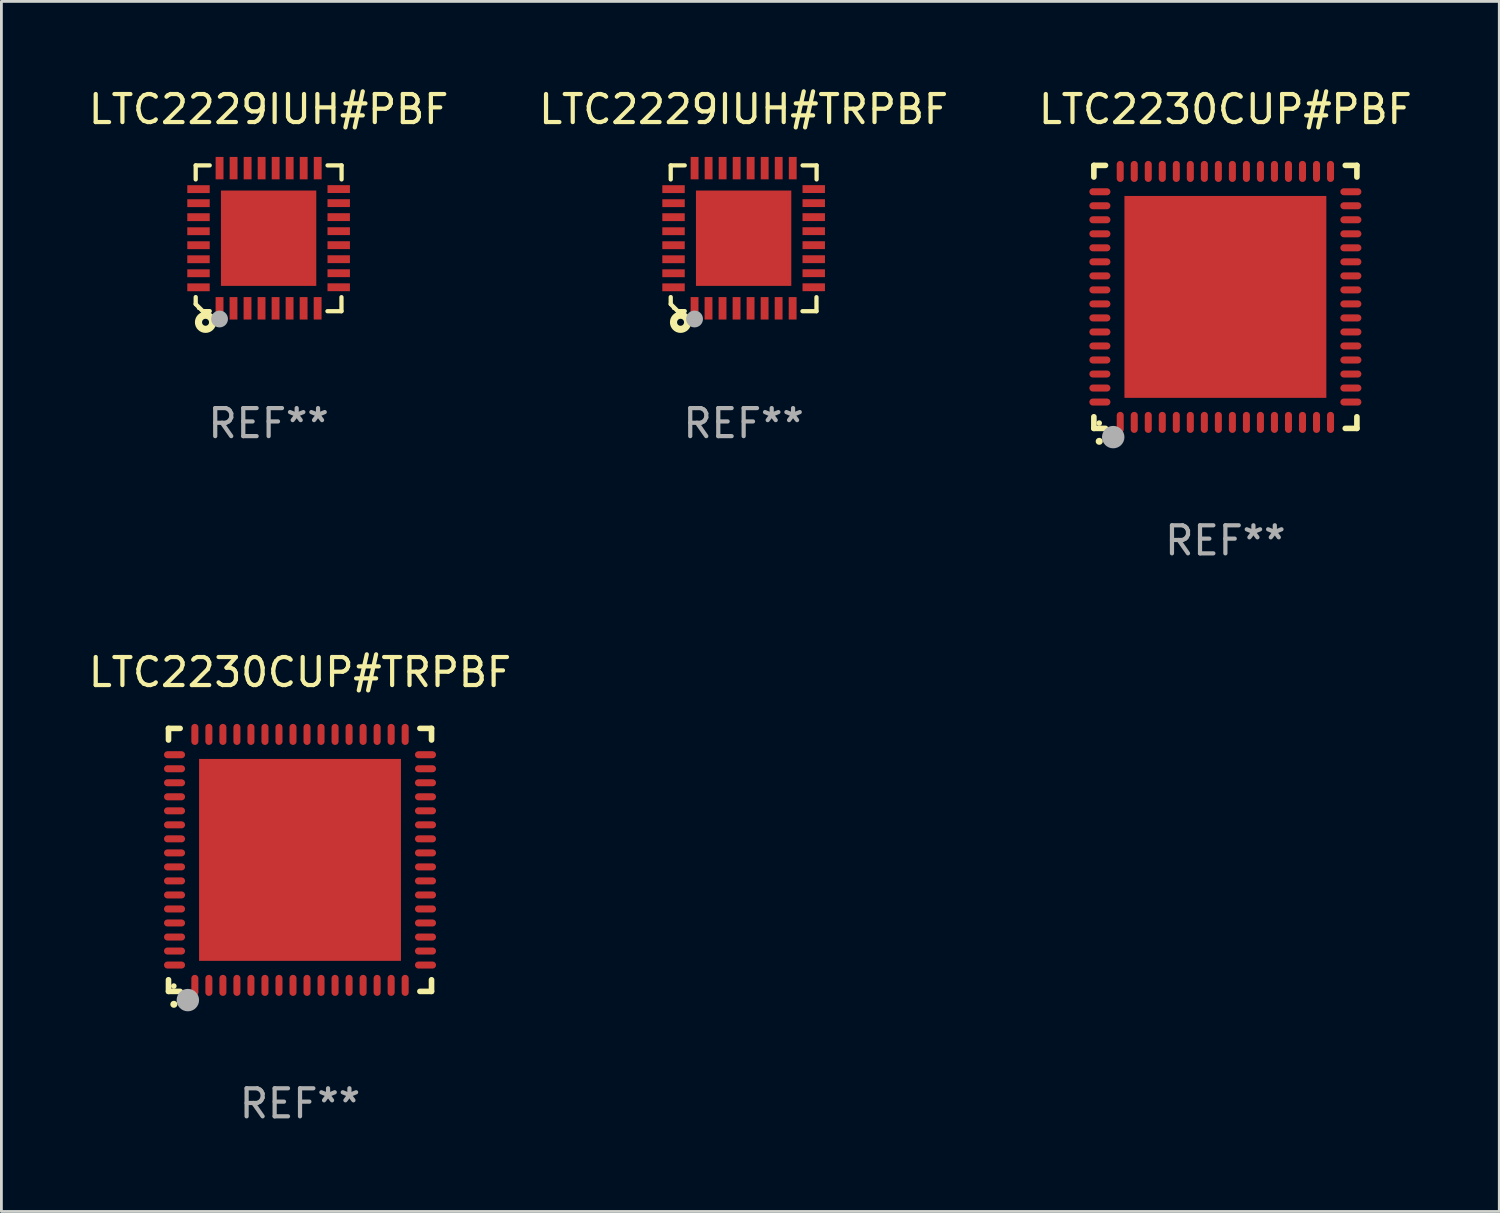
<source format=kicad_pcb>
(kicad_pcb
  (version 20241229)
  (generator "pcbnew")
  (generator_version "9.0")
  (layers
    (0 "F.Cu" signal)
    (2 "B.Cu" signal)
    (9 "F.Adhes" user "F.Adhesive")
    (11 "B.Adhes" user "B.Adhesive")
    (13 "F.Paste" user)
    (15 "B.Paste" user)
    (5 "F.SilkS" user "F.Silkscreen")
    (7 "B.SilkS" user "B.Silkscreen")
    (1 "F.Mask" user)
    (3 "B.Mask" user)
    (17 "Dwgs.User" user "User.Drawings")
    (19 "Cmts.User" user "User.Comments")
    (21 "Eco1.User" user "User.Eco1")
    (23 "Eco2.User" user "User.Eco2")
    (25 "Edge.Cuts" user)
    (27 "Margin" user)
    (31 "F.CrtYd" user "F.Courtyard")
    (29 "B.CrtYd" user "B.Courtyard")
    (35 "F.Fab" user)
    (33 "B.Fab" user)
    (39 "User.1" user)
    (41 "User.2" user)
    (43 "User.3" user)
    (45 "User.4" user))
  (footprint "LTC2230CUP#TRPBF"
    (layer "F.Cu")
    (at 7.649 27.615)
    (property "Reference" "LTC2230CUP#TRPBF" (at 0 -6.69 0) (layer "F.SilkS") (effects (font (size 1 1) (thickness 0.15))))
    (attr through_hole)
    (fp_line (start -4.69 -4.69) (end -4.275 -4.69) (stroke (width 0.2) (type solid)) (layer "F.SilkS"))
    (fp_line (start -4.69 -4.275) (end -4.69 -4.69) (stroke (width 0.2) (type solid)) (layer "F.SilkS"))
    (fp_line (start -4.69 4.69) (end -4.69 4.275) (stroke (width 0.2) (type solid)) (layer "F.SilkS"))
    (fp_line (start -4.275 4.69) (end -4.69 4.69) (stroke (width 0.2) (type solid)) (layer "F.SilkS"))
    (fp_line (start 4.275 4.69) (end 4.69 4.69) (stroke (width 0.2) (type solid)) (layer "F.SilkS"))
    (fp_line (start 4.69 -4.69) (end 4.275 -4.69) (stroke (width 0.2) (type solid)) (layer "F.SilkS"))
    (fp_line (start 4.69 -4.275) (end 4.69 -4.69) (stroke (width 0.2) (type solid)) (layer "F.SilkS"))
    (fp_line (start 4.69 4.69) (end 4.69 4.275) (stroke (width 0.2) (type solid)) (layer "F.SilkS"))
    (fp_arc (start -4.499886 5.15) (mid -4.498616 5.149994) (end -4.497346 5.15) (stroke (width 0.24892) (type solid)) (layer "F.SilkS"))
    (fp_circle (center -4.5 4.5) (end -4.45 4.5) (stroke (width 0.1) (type solid)) (fill no) (layer "F.SilkS"))
    (fp_circle (center -4 5) (end -3.8 5) (stroke (width 0.4) (type solid)) (fill no) (layer "F.Fab"))
    (fp_text user "REF**" (at 0 8.69 0) (layer "F.Fab") (effects (font (size 1 1) (thickness 0.15))))
    (pad "1" smd oval (at -3.75 4.475) (size 0.25 0.75) (layers "F.Cu" "F.Mask" "F.Paste"))
    (pad "2" smd oval (at -3.25 4.475) (size 0.25 0.75) (layers "F.Cu" "F.Mask" "F.Paste"))
    (pad "3" smd oval (at -2.75 4.475) (size 0.25 0.75) (layers "F.Cu" "F.Mask" "F.Paste"))
    (pad "4" smd oval (at -2.25 4.475) (size 0.25 0.75) (layers "F.Cu" "F.Mask" "F.Paste"))
    (pad "5" smd oval (at -1.75 4.475) (size 0.25 0.75) (layers "F.Cu" "F.Mask" "F.Paste"))
    (pad "6" smd oval (at -1.25 4.475) (size 0.25 0.75) (layers "F.Cu" "F.Mask" "F.Paste"))
    (pad "7" smd oval (at -0.75 4.475) (size 0.25 0.75) (layers "F.Cu" "F.Mask" "F.Paste"))
    (pad "8" smd oval (at -0.25 4.475) (size 0.25 0.75) (layers "F.Cu" "F.Mask" "F.Paste"))
    (pad "9" smd oval (at 0.25 4.475) (size 0.25 0.75) (layers "F.Cu" "F.Mask" "F.Paste"))
    (pad "10" smd oval (at 0.75 4.475) (size 0.25 0.75) (layers "F.Cu" "F.Mask" "F.Paste"))
    (pad "11" smd oval (at 1.25 4.475) (size 0.25 0.75) (layers "F.Cu" "F.Mask" "F.Paste"))
    (pad "12" smd oval (at 1.75 4.475) (size 0.25 0.75) (layers "F.Cu" "F.Mask" "F.Paste"))
    (pad "13" smd oval (at 2.25 4.475) (size 0.25 0.75) (layers "F.Cu" "F.Mask" "F.Paste"))
    (pad "14" smd oval (at 2.75 4.475) (size 0.25 0.75) (layers "F.Cu" "F.Mask" "F.Paste"))
    (pad "15" smd oval (at 3.25 4.475) (size 0.25 0.75) (layers "F.Cu" "F.Mask" "F.Paste"))
    (pad "16" smd oval (at 3.75 4.475) (size 0.25 0.75) (layers "F.Cu" "F.Mask" "F.Paste"))
    (pad "17" smd oval (at 4.475 3.75) (size 0.75 0.25) (layers "F.Cu" "F.Mask" "F.Paste"))
    (pad "18" smd oval (at 4.475 3.25) (size 0.75 0.25) (layers "F.Cu" "F.Mask" "F.Paste"))
    (pad "19" smd oval (at 4.475 2.75) (size 0.75 0.25) (layers "F.Cu" "F.Mask" "F.Paste"))
    (pad "20" smd oval (at 4.475 2.25) (size 0.75 0.25) (layers "F.Cu" "F.Mask" "F.Paste"))
    (pad "21" smd oval (at 4.475 1.75) (size 0.75 0.25) (layers "F.Cu" "F.Mask" "F.Paste"))
    (pad "22" smd oval (at 4.475 1.25) (size 0.75 0.25) (layers "F.Cu" "F.Mask" "F.Paste"))
    (pad "23" smd oval (at 4.475 0.75) (size 0.75 0.25) (layers "F.Cu" "F.Mask" "F.Paste"))
    (pad "24" smd oval (at 4.475 0.25) (size 0.75 0.25) (layers "F.Cu" "F.Mask" "F.Paste"))
    (pad "25" smd oval (at 4.475 -0.25) (size 0.75 0.25) (layers "F.Cu" "F.Mask" "F.Paste"))
    (pad "26" smd oval (at 4.475 -0.75) (size 0.75 0.25) (layers "F.Cu" "F.Mask" "F.Paste"))
    (pad "27" smd oval (at 4.475 -1.25) (size 0.75 0.25) (layers "F.Cu" "F.Mask" "F.Paste"))
    (pad "28" smd oval (at 4.475 -1.75) (size 0.75 0.25) (layers "F.Cu" "F.Mask" "F.Paste"))
    (pad "29" smd oval (at 4.475 -2.25) (size 0.75 0.25) (layers "F.Cu" "F.Mask" "F.Paste"))
    (pad "30" smd oval (at 4.475 -2.75) (size 0.75 0.25) (layers "F.Cu" "F.Mask" "F.Paste"))
    (pad "31" smd oval (at 4.475 -3.25) (size 0.75 0.25) (layers "F.Cu" "F.Mask" "F.Paste"))
    (pad "32" smd oval (at 4.475 -3.75) (size 0.75 0.25) (layers "F.Cu" "F.Mask" "F.Paste"))
    (pad "33" smd oval (at 3.75 -4.475) (size 0.25 0.75) (layers "F.Cu" "F.Mask" "F.Paste"))
    (pad "34" smd oval (at 3.25 -4.475) (size 0.25 0.75) (layers "F.Cu" "F.Mask" "F.Paste"))
    (pad "35" smd oval (at 2.75 -4.475) (size 0.25 0.75) (layers "F.Cu" "F.Mask" "F.Paste"))
    (pad "36" smd oval (at 2.25 -4.475) (size 0.25 0.75) (layers "F.Cu" "F.Mask" "F.Paste"))
    (pad "37" smd oval (at 1.75 -4.475) (size 0.25 0.75) (layers "F.Cu" "F.Mask" "F.Paste"))
    (pad "38" smd oval (at 1.25 -4.475) (size 0.25 0.75) (layers "F.Cu" "F.Mask" "F.Paste"))
    (pad "39" smd oval (at 0.75 -4.475) (size 0.25 0.75) (layers "F.Cu" "F.Mask" "F.Paste"))
    (pad "40" smd oval (at 0.25 -4.475) (size 0.25 0.75) (layers "F.Cu" "F.Mask" "F.Paste"))
    (pad "41" smd oval (at -0.25 -4.475) (size 0.25 0.75) (layers "F.Cu" "F.Mask" "F.Paste"))
    (pad "42" smd oval (at -0.75 -4.475) (size 0.25 0.75) (layers "F.Cu" "F.Mask" "F.Paste"))
    (pad "43" smd oval (at -1.25 -4.475) (size 0.25 0.75) (layers "F.Cu" "F.Mask" "F.Paste"))
    (pad "44" smd oval (at -1.75 -4.475) (size 0.25 0.75) (layers "F.Cu" "F.Mask" "F.Paste"))
    (pad "45" smd oval (at -2.25 -4.475) (size 0.25 0.75) (layers "F.Cu" "F.Mask" "F.Paste"))
    (pad "46" smd oval (at -2.75 -4.475) (size 0.25 0.75) (layers "F.Cu" "F.Mask" "F.Paste"))
    (pad "47" smd oval (at -3.25 -4.475) (size 0.25 0.75) (layers "F.Cu" "F.Mask" "F.Paste"))
    (pad "48" smd oval (at -3.75 -4.475) (size 0.25 0.75) (layers "F.Cu" "F.Mask" "F.Paste"))
    (pad "49" smd oval (at -4.475 -3.75) (size 0.75 0.25) (layers "F.Cu" "F.Mask" "F.Paste"))
    (pad "50" smd oval (at -4.475 -3.25) (size 0.75 0.25) (layers "F.Cu" "F.Mask" "F.Paste"))
    (pad "51" smd oval (at -4.475 -2.75) (size 0.75 0.25) (layers "F.Cu" "F.Mask" "F.Paste"))
    (pad "52" smd oval (at -4.475 -2.25) (size 0.75 0.25) (layers "F.Cu" "F.Mask" "F.Paste"))
    (pad "53" smd oval (at -4.475 -1.75) (size 0.75 0.25) (layers "F.Cu" "F.Mask" "F.Paste"))
    (pad "54" smd oval (at -4.475 -1.25) (size 0.75 0.25) (layers "F.Cu" "F.Mask" "F.Paste"))
    (pad "55" smd oval (at -4.475 -0.75) (size 0.75 0.25) (layers "F.Cu" "F.Mask" "F.Paste"))
    (pad "56" smd oval (at -4.475 -0.25) (size 0.75 0.25) (layers "F.Cu" "F.Mask" "F.Paste"))
    (pad "57" smd oval (at -4.475 0.25) (size 0.75 0.25) (layers "F.Cu" "F.Mask" "F.Paste"))
    (pad "58" smd oval (at -4.475 0.75) (size 0.75 0.25) (layers "F.Cu" "F.Mask" "F.Paste"))
    (pad "59" smd oval (at -4.475 1.25) (size 0.75 0.25) (layers "F.Cu" "F.Mask" "F.Paste"))
    (pad "60" smd oval (at -4.475 1.75) (size 0.75 0.25) (layers "F.Cu" "F.Mask" "F.Paste"))
    (pad "61" smd oval (at -4.475 2.25) (size 0.75 0.25) (layers "F.Cu" "F.Mask" "F.Paste"))
    (pad "62" smd oval (at -4.475 2.75) (size 0.75 0.25) (layers "F.Cu" "F.Mask" "F.Paste"))
    (pad "63" smd oval (at -4.475 3.25) (size 0.75 0.25) (layers "F.Cu" "F.Mask" "F.Paste"))
    (pad "64" smd oval (at -4.475 3.75) (size 0.75 0.25) (layers "F.Cu" "F.Mask" "F.Paste"))
    (pad "65" smd rect (at 0.000368 0.000013) (size 7.2 7.2) (layers "F.Cu" "F.Mask" "F.Paste")))
  (footprint "LTC2229IUH#PBF"
    (layer "F.Cu")
    (at 6.53 5.448)
    (property "Reference" "LTC2229IUH#PBF" (at 0 -4.6 0) (layer "F.SilkS") (effects (font (size 1 1) (thickness 0.15))))
    (attr through_hole)
    (fp_line (start -2.601 2.097) (end -2.601 2.347) (stroke (width 0.152) (type solid)) (layer "F.SilkS"))
    (fp_line (start -2.601 2.347) (end -2.351 2.597) (stroke (width 0.152) (type solid)) (layer "F.SilkS"))
    (fp_line (start -2.601 -2.6) (end -2.601 -2.1) (stroke (width 0.152) (type solid)) (layer "F.SilkS"))
    (fp_line (start -2.601 -2.6) (end -2.101 -2.6) (stroke (width 0.152) (type solid)) (layer "F.SilkS"))
    (fp_line (start -2.351 2.597) (end -2.101 2.597) (stroke (width 0.152) (type solid)) (layer "F.SilkS"))
    (fp_line (start 2.597 2.6) (end 2.097 2.6) (stroke (width 0.152) (type solid)) (layer "F.SilkS"))
    (fp_line (start 2.597 2.6) (end 2.597 2.1) (stroke (width 0.152) (type solid)) (layer "F.SilkS"))
    (fp_line (start 2.601 -2.6) (end 2.101 -2.6) (stroke (width 0.152) (type solid)) (layer "F.SilkS"))
    (fp_line (start 2.601 -2.6) (end 2.601 -2.1) (stroke (width 0.152) (type solid)) (layer "F.SilkS"))
    (fp_circle (center -2.501 2.497) (end -2.471 2.497) (stroke (width 0.06) (type solid)) (fill no) (layer "F.SilkS"))
    (fp_circle (center -2.25 2.995) (end -2.125 2.995) (stroke (width 0.254) (type solid)) (fill no) (layer "F.SilkS"))
    (fp_circle (center -1.751 2.878) (end -1.601 2.878) (stroke (width 0.3) (type solid)) (fill no) (layer "F.Fab"))
    (fp_text user "REF**" (at 0 6.6 0) (layer "F.Fab") (effects (font (size 1 1) (thickness 0.15))))
    (pad "1" smd rect (at -1.751 2.497) (size 0.28 0.8) (layers "F.Cu" "F.Mask" "F.Paste"))
    (pad "2" smd rect (at -1.253 2.497) (size 0.28 0.8) (layers "F.Cu" "F.Mask" "F.Paste"))
    (pad "3" smd rect (at -0.753 2.497) (size 0.28 0.8) (layers "F.Cu" "F.Mask" "F.Paste"))
    (pad "4" smd rect (at -0.253 2.497) (size 0.28 0.8) (layers "F.Cu" "F.Mask" "F.Paste"))
    (pad "5" smd rect (at 0.247 2.497) (size 0.28 0.8) (layers "F.Cu" "F.Mask" "F.Paste"))
    (pad "6" smd rect (at 0.747 2.497) (size 0.28 0.8) (layers "F.Cu" "F.Mask" "F.Paste"))
    (pad "7" smd rect (at 1.247 2.497) (size 0.28 0.8) (layers "F.Cu" "F.Mask" "F.Paste"))
    (pad "8" smd rect (at 1.747 2.497) (size 0.28 0.8) (layers "F.Cu" "F.Mask" "F.Paste"))
    (pad "9" smd rect (at 2.499 1.746) (size 0.8 0.28) (layers "F.Cu" "F.Mask" "F.Paste"))
    (pad "10" smd rect (at 2.499 1.245) (size 0.8 0.28) (layers "F.Cu" "F.Mask" "F.Paste"))
    (pad "11" smd rect (at 2.499 0.746) (size 0.8 0.28) (layers "F.Cu" "F.Mask" "F.Paste"))
    (pad "12" smd rect (at 2.499 0.245) (size 0.8 0.28) (layers "F.Cu" "F.Mask" "F.Paste"))
    (pad "13" smd rect (at 2.499 -0.254) (size 0.8 0.28) (layers "F.Cu" "F.Mask" "F.Paste"))
    (pad "14" smd rect (at 2.499 -0.755) (size 0.8 0.28) (layers "F.Cu" "F.Mask" "F.Paste"))
    (pad "15" smd rect (at 2.499 -1.254) (size 0.8 0.28) (layers "F.Cu" "F.Mask" "F.Paste"))
    (pad "16" smd rect (at 2.499 -1.755) (size 0.8 0.28) (layers "F.Cu" "F.Mask" "F.Paste"))
    (pad "17" smd rect (at 1.75 -2.502) (size 0.28 0.8) (layers "F.Cu" "F.Mask" "F.Paste"))
    (pad "18" smd rect (at 1.25 -2.502) (size 0.28 0.8) (layers "F.Cu" "F.Mask" "F.Paste"))
    (pad "19" smd rect (at 0.75 -2.502) (size 0.28 0.8) (layers "F.Cu" "F.Mask" "F.Paste"))
    (pad "20" smd rect (at 0.25 -2.502) (size 0.28 0.8) (layers "F.Cu" "F.Mask" "F.Paste"))
    (pad "21" smd rect (at -0.25 -2.502) (size 0.28 0.8) (layers "F.Cu" "F.Mask" "F.Paste"))
    (pad "22" smd rect (at -0.75 -2.502) (size 0.28 0.8) (layers "F.Cu" "F.Mask" "F.Paste"))
    (pad "23" smd rect (at -1.25 -2.502) (size 0.28 0.8) (layers "F.Cu" "F.Mask" "F.Paste"))
    (pad "24" smd rect (at -1.75 -2.502) (size 0.28 0.8) (layers "F.Cu" "F.Mask" "F.Paste"))
    (pad "25" smd rect (at -2.501 -1.753) (size 0.8 0.28) (layers "F.Cu" "F.Mask" "F.Paste"))
    (pad "26" smd rect (at -2.501 -1.252) (size 0.8 0.28) (layers "F.Cu" "F.Mask" "F.Paste"))
    (pad "27" smd rect (at -2.501 -0.753) (size 0.8 0.28) (layers "F.Cu" "F.Mask" "F.Paste"))
    (pad "28" smd rect (at -2.501 -0.252) (size 0.8 0.28) (layers "F.Cu" "F.Mask" "F.Paste"))
    (pad "29" smd rect (at -2.501 0.247) (size 0.8 0.28) (layers "F.Cu" "F.Mask" "F.Paste"))
    (pad "30" smd rect (at -2.501 0.748) (size 0.8 0.28) (layers "F.Cu" "F.Mask" "F.Paste"))
    (pad "31" smd rect (at -2.501 1.247) (size 0.8 0.28) (layers "F.Cu" "F.Mask" "F.Paste"))
    (pad "32" smd rect (at -2.501 1.748) (size 0.8 0.28) (layers "F.Cu" "F.Mask" "F.Paste"))
    (pad "33" smd rect (at -0.001 -0.003 180) (size 3.4 3.4) (layers "F.Cu" "F.Mask" "F.Paste")))
  (footprint "LTC2229IUH#TRPBF"
    (layer "F.Cu")
    (at 23.47 5.448)
    (property "Reference" "LTC2229IUH#TRPBF" (at 0 -4.6 0) (layer "F.SilkS") (effects (font (size 1 1) (thickness 0.15))))
    (attr through_hole)
    (fp_line (start -2.601 2.097) (end -2.601 2.347) (stroke (width 0.152) (type solid)) (layer "F.SilkS"))
    (fp_line (start -2.601 2.347) (end -2.351 2.597) (stroke (width 0.152) (type solid)) (layer "F.SilkS"))
    (fp_line (start -2.601 -2.6) (end -2.601 -2.1) (stroke (width 0.152) (type solid)) (layer "F.SilkS"))
    (fp_line (start -2.601 -2.6) (end -2.101 -2.6) (stroke (width 0.152) (type solid)) (layer "F.SilkS"))
    (fp_line (start -2.351 2.597) (end -2.101 2.597) (stroke (width 0.152) (type solid)) (layer "F.SilkS"))
    (fp_line (start 2.597 2.6) (end 2.097 2.6) (stroke (width 0.152) (type solid)) (layer "F.SilkS"))
    (fp_line (start 2.597 2.6) (end 2.597 2.1) (stroke (width 0.152) (type solid)) (layer "F.SilkS"))
    (fp_line (start 2.601 -2.6) (end 2.101 -2.6) (stroke (width 0.152) (type solid)) (layer "F.SilkS"))
    (fp_line (start 2.601 -2.6) (end 2.601 -2.1) (stroke (width 0.152) (type solid)) (layer "F.SilkS"))
    (fp_circle (center -2.501 2.497) (end -2.471 2.497) (stroke (width 0.06) (type solid)) (fill no) (layer "F.SilkS"))
    (fp_circle (center -2.25 2.995) (end -2.125 2.995) (stroke (width 0.254) (type solid)) (fill no) (layer "F.SilkS"))
    (fp_circle (center -1.751 2.878) (end -1.601 2.878) (stroke (width 0.3) (type solid)) (fill no) (layer "F.Fab"))
    (fp_text user "REF**" (at 0 6.6 0) (layer "F.Fab") (effects (font (size 1 1) (thickness 0.15))))
    (pad "1" smd rect (at -1.751 2.497) (size 0.28 0.8) (layers "F.Cu" "F.Mask" "F.Paste"))
    (pad "2" smd rect (at -1.253 2.497) (size 0.28 0.8) (layers "F.Cu" "F.Mask" "F.Paste"))
    (pad "3" smd rect (at -0.753 2.497) (size 0.28 0.8) (layers "F.Cu" "F.Mask" "F.Paste"))
    (pad "4" smd rect (at -0.253 2.497) (size 0.28 0.8) (layers "F.Cu" "F.Mask" "F.Paste"))
    (pad "5" smd rect (at 0.247 2.497) (size 0.28 0.8) (layers "F.Cu" "F.Mask" "F.Paste"))
    (pad "6" smd rect (at 0.747 2.497) (size 0.28 0.8) (layers "F.Cu" "F.Mask" "F.Paste"))
    (pad "7" smd rect (at 1.247 2.497) (size 0.28 0.8) (layers "F.Cu" "F.Mask" "F.Paste"))
    (pad "8" smd rect (at 1.747 2.497) (size 0.28 0.8) (layers "F.Cu" "F.Mask" "F.Paste"))
    (pad "9" smd rect (at 2.499 1.746) (size 0.8 0.28) (layers "F.Cu" "F.Mask" "F.Paste"))
    (pad "10" smd rect (at 2.499 1.245) (size 0.8 0.28) (layers "F.Cu" "F.Mask" "F.Paste"))
    (pad "11" smd rect (at 2.499 0.746) (size 0.8 0.28) (layers "F.Cu" "F.Mask" "F.Paste"))
    (pad "12" smd rect (at 2.499 0.245) (size 0.8 0.28) (layers "F.Cu" "F.Mask" "F.Paste"))
    (pad "13" smd rect (at 2.499 -0.254) (size 0.8 0.28) (layers "F.Cu" "F.Mask" "F.Paste"))
    (pad "14" smd rect (at 2.499 -0.755) (size 0.8 0.28) (layers "F.Cu" "F.Mask" "F.Paste"))
    (pad "15" smd rect (at 2.499 -1.254) (size 0.8 0.28) (layers "F.Cu" "F.Mask" "F.Paste"))
    (pad "16" smd rect (at 2.499 -1.755) (size 0.8 0.28) (layers "F.Cu" "F.Mask" "F.Paste"))
    (pad "17" smd rect (at 1.75 -2.502) (size 0.28 0.8) (layers "F.Cu" "F.Mask" "F.Paste"))
    (pad "18" smd rect (at 1.25 -2.502) (size 0.28 0.8) (layers "F.Cu" "F.Mask" "F.Paste"))
    (pad "19" smd rect (at 0.75 -2.502) (size 0.28 0.8) (layers "F.Cu" "F.Mask" "F.Paste"))
    (pad "20" smd rect (at 0.25 -2.502) (size 0.28 0.8) (layers "F.Cu" "F.Mask" "F.Paste"))
    (pad "21" smd rect (at -0.25 -2.502) (size 0.28 0.8) (layers "F.Cu" "F.Mask" "F.Paste"))
    (pad "22" smd rect (at -0.75 -2.502) (size 0.28 0.8) (layers "F.Cu" "F.Mask" "F.Paste"))
    (pad "23" smd rect (at -1.25 -2.502) (size 0.28 0.8) (layers "F.Cu" "F.Mask" "F.Paste"))
    (pad "24" smd rect (at -1.75 -2.502) (size 0.28 0.8) (layers "F.Cu" "F.Mask" "F.Paste"))
    (pad "25" smd rect (at -2.501 -1.753) (size 0.8 0.28) (layers "F.Cu" "F.Mask" "F.Paste"))
    (pad "26" smd rect (at -2.501 -1.252) (size 0.8 0.28) (layers "F.Cu" "F.Mask" "F.Paste"))
    (pad "27" smd rect (at -2.501 -0.753) (size 0.8 0.28) (layers "F.Cu" "F.Mask" "F.Paste"))
    (pad "28" smd rect (at -2.501 -0.252) (size 0.8 0.28) (layers "F.Cu" "F.Mask" "F.Paste"))
    (pad "29" smd rect (at -2.501 0.247) (size 0.8 0.28) (layers "F.Cu" "F.Mask" "F.Paste"))
    (pad "30" smd rect (at -2.501 0.748) (size 0.8 0.28) (layers "F.Cu" "F.Mask" "F.Paste"))
    (pad "31" smd rect (at -2.501 1.247) (size 0.8 0.28) (layers "F.Cu" "F.Mask" "F.Paste"))
    (pad "32" smd rect (at -2.501 1.748) (size 0.8 0.28) (layers "F.Cu" "F.Mask" "F.Paste"))
    (pad "33" smd rect (at -0.001 -0.003 180) (size 3.4 3.4) (layers "F.Cu" "F.Mask" "F.Paste")))
  (footprint "LTC2230CUP#PBF"
    (layer "F.Cu")
    (at 40.649 7.538)
    (property "Reference" "LTC2230CUP#PBF" (at 0 -6.69 0) (layer "F.SilkS") (effects (font (size 1 1) (thickness 0.15))))
    (attr through_hole)
    (fp_line (start -4.69 -4.69) (end -4.275 -4.69) (stroke (width 0.2) (type solid)) (layer "F.SilkS"))
    (fp_line (start -4.69 -4.275) (end -4.69 -4.69) (stroke (width 0.2) (type solid)) (layer "F.SilkS"))
    (fp_line (start -4.69 4.69) (end -4.69 4.275) (stroke (width 0.2) (type solid)) (layer "F.SilkS"))
    (fp_line (start -4.275 4.69) (end -4.69 4.69) (stroke (width 0.2) (type solid)) (layer "F.SilkS"))
    (fp_line (start 4.275 4.69) (end 4.69 4.69) (stroke (width 0.2) (type solid)) (layer "F.SilkS"))
    (fp_line (start 4.69 -4.69) (end 4.275 -4.69) (stroke (width 0.2) (type solid)) (layer "F.SilkS"))
    (fp_line (start 4.69 -4.275) (end 4.69 -4.69) (stroke (width 0.2) (type solid)) (layer "F.SilkS"))
    (fp_line (start 4.69 4.69) (end 4.69 4.275) (stroke (width 0.2) (type solid)) (layer "F.SilkS"))
    (fp_arc (start -4.499886 5.15) (mid -4.498616 5.149994) (end -4.497346 5.15) (stroke (width 0.24892) (type solid)) (layer "F.SilkS"))
    (fp_circle (center -4.5 4.5) (end -4.45 4.5) (stroke (width 0.1) (type solid)) (fill no) (layer "F.SilkS"))
    (fp_circle (center -4 5) (end -3.8 5) (stroke (width 0.4) (type solid)) (fill no) (layer "F.Fab"))
    (fp_text user "REF**" (at 0 8.69 0) (layer "F.Fab") (effects (font (size 1 1) (thickness 0.15))))
    (pad "1" smd oval (at -3.75 4.475) (size 0.25 0.75) (layers "F.Cu" "F.Mask" "F.Paste"))
    (pad "2" smd oval (at -3.25 4.475) (size 0.25 0.75) (layers "F.Cu" "F.Mask" "F.Paste"))
    (pad "3" smd oval (at -2.75 4.475) (size 0.25 0.75) (layers "F.Cu" "F.Mask" "F.Paste"))
    (pad "4" smd oval (at -2.25 4.475) (size 0.25 0.75) (layers "F.Cu" "F.Mask" "F.Paste"))
    (pad "5" smd oval (at -1.75 4.475) (size 0.25 0.75) (layers "F.Cu" "F.Mask" "F.Paste"))
    (pad "6" smd oval (at -1.25 4.475) (size 0.25 0.75) (layers "F.Cu" "F.Mask" "F.Paste"))
    (pad "7" smd oval (at -0.75 4.475) (size 0.25 0.75) (layers "F.Cu" "F.Mask" "F.Paste"))
    (pad "8" smd oval (at -0.25 4.475) (size 0.25 0.75) (layers "F.Cu" "F.Mask" "F.Paste"))
    (pad "9" smd oval (at 0.25 4.475) (size 0.25 0.75) (layers "F.Cu" "F.Mask" "F.Paste"))
    (pad "10" smd oval (at 0.75 4.475) (size 0.25 0.75) (layers "F.Cu" "F.Mask" "F.Paste"))
    (pad "11" smd oval (at 1.25 4.475) (size 0.25 0.75) (layers "F.Cu" "F.Mask" "F.Paste"))
    (pad "12" smd oval (at 1.75 4.475) (size 0.25 0.75) (layers "F.Cu" "F.Mask" "F.Paste"))
    (pad "13" smd oval (at 2.25 4.475) (size 0.25 0.75) (layers "F.Cu" "F.Mask" "F.Paste"))
    (pad "14" smd oval (at 2.75 4.475) (size 0.25 0.75) (layers "F.Cu" "F.Mask" "F.Paste"))
    (pad "15" smd oval (at 3.25 4.475) (size 0.25 0.75) (layers "F.Cu" "F.Mask" "F.Paste"))
    (pad "16" smd oval (at 3.75 4.475) (size 0.25 0.75) (layers "F.Cu" "F.Mask" "F.Paste"))
    (pad "17" smd oval (at 4.475 3.75) (size 0.75 0.25) (layers "F.Cu" "F.Mask" "F.Paste"))
    (pad "18" smd oval (at 4.475 3.25) (size 0.75 0.25) (layers "F.Cu" "F.Mask" "F.Paste"))
    (pad "19" smd oval (at 4.475 2.75) (size 0.75 0.25) (layers "F.Cu" "F.Mask" "F.Paste"))
    (pad "20" smd oval (at 4.475 2.25) (size 0.75 0.25) (layers "F.Cu" "F.Mask" "F.Paste"))
    (pad "21" smd oval (at 4.475 1.75) (size 0.75 0.25) (layers "F.Cu" "F.Mask" "F.Paste"))
    (pad "22" smd oval (at 4.475 1.25) (size 0.75 0.25) (layers "F.Cu" "F.Mask" "F.Paste"))
    (pad "23" smd oval (at 4.475 0.75) (size 0.75 0.25) (layers "F.Cu" "F.Mask" "F.Paste"))
    (pad "24" smd oval (at 4.475 0.25) (size 0.75 0.25) (layers "F.Cu" "F.Mask" "F.Paste"))
    (pad "25" smd oval (at 4.475 -0.25) (size 0.75 0.25) (layers "F.Cu" "F.Mask" "F.Paste"))
    (pad "26" smd oval (at 4.475 -0.75) (size 0.75 0.25) (layers "F.Cu" "F.Mask" "F.Paste"))
    (pad "27" smd oval (at 4.475 -1.25) (size 0.75 0.25) (layers "F.Cu" "F.Mask" "F.Paste"))
    (pad "28" smd oval (at 4.475 -1.75) (size 0.75 0.25) (layers "F.Cu" "F.Mask" "F.Paste"))
    (pad "29" smd oval (at 4.475 -2.25) (size 0.75 0.25) (layers "F.Cu" "F.Mask" "F.Paste"))
    (pad "30" smd oval (at 4.475 -2.75) (size 0.75 0.25) (layers "F.Cu" "F.Mask" "F.Paste"))
    (pad "31" smd oval (at 4.475 -3.25) (size 0.75 0.25) (layers "F.Cu" "F.Mask" "F.Paste"))
    (pad "32" smd oval (at 4.475 -3.75) (size 0.75 0.25) (layers "F.Cu" "F.Mask" "F.Paste"))
    (pad "33" smd oval (at 3.75 -4.475) (size 0.25 0.75) (layers "F.Cu" "F.Mask" "F.Paste"))
    (pad "34" smd oval (at 3.25 -4.475) (size 0.25 0.75) (layers "F.Cu" "F.Mask" "F.Paste"))
    (pad "35" smd oval (at 2.75 -4.475) (size 0.25 0.75) (layers "F.Cu" "F.Mask" "F.Paste"))
    (pad "36" smd oval (at 2.25 -4.475) (size 0.25 0.75) (layers "F.Cu" "F.Mask" "F.Paste"))
    (pad "37" smd oval (at 1.75 -4.475) (size 0.25 0.75) (layers "F.Cu" "F.Mask" "F.Paste"))
    (pad "38" smd oval (at 1.25 -4.475) (size 0.25 0.75) (layers "F.Cu" "F.Mask" "F.Paste"))
    (pad "39" smd oval (at 0.75 -4.475) (size 0.25 0.75) (layers "F.Cu" "F.Mask" "F.Paste"))
    (pad "40" smd oval (at 0.25 -4.475) (size 0.25 0.75) (layers "F.Cu" "F.Mask" "F.Paste"))
    (pad "41" smd oval (at -0.25 -4.475) (size 0.25 0.75) (layers "F.Cu" "F.Mask" "F.Paste"))
    (pad "42" smd oval (at -0.75 -4.475) (size 0.25 0.75) (layers "F.Cu" "F.Mask" "F.Paste"))
    (pad "43" smd oval (at -1.25 -4.475) (size 0.25 0.75) (layers "F.Cu" "F.Mask" "F.Paste"))
    (pad "44" smd oval (at -1.75 -4.475) (size 0.25 0.75) (layers "F.Cu" "F.Mask" "F.Paste"))
    (pad "45" smd oval (at -2.25 -4.475) (size 0.25 0.75) (layers "F.Cu" "F.Mask" "F.Paste"))
    (pad "46" smd oval (at -2.75 -4.475) (size 0.25 0.75) (layers "F.Cu" "F.Mask" "F.Paste"))
    (pad "47" smd oval (at -3.25 -4.475) (size 0.25 0.75) (layers "F.Cu" "F.Mask" "F.Paste"))
    (pad "48" smd oval (at -3.75 -4.475) (size 0.25 0.75) (layers "F.Cu" "F.Mask" "F.Paste"))
    (pad "49" smd oval (at -4.475 -3.75) (size 0.75 0.25) (layers "F.Cu" "F.Mask" "F.Paste"))
    (pad "50" smd oval (at -4.475 -3.25) (size 0.75 0.25) (layers "F.Cu" "F.Mask" "F.Paste"))
    (pad "51" smd oval (at -4.475 -2.75) (size 0.75 0.25) (layers "F.Cu" "F.Mask" "F.Paste"))
    (pad "52" smd oval (at -4.475 -2.25) (size 0.75 0.25) (layers "F.Cu" "F.Mask" "F.Paste"))
    (pad "53" smd oval (at -4.475 -1.75) (size 0.75 0.25) (layers "F.Cu" "F.Mask" "F.Paste"))
    (pad "54" smd oval (at -4.475 -1.25) (size 0.75 0.25) (layers "F.Cu" "F.Mask" "F.Paste"))
    (pad "55" smd oval (at -4.475 -0.75) (size 0.75 0.25) (layers "F.Cu" "F.Mask" "F.Paste"))
    (pad "56" smd oval (at -4.475 -0.25) (size 0.75 0.25) (layers "F.Cu" "F.Mask" "F.Paste"))
    (pad "57" smd oval (at -4.475 0.25) (size 0.75 0.25) (layers "F.Cu" "F.Mask" "F.Paste"))
    (pad "58" smd oval (at -4.475 0.75) (size 0.75 0.25) (layers "F.Cu" "F.Mask" "F.Paste"))
    (pad "59" smd oval (at -4.475 1.25) (size 0.75 0.25) (layers "F.Cu" "F.Mask" "F.Paste"))
    (pad "60" smd oval (at -4.475 1.75) (size 0.75 0.25) (layers "F.Cu" "F.Mask" "F.Paste"))
    (pad "61" smd oval (at -4.475 2.25) (size 0.75 0.25) (layers "F.Cu" "F.Mask" "F.Paste"))
    (pad "62" smd oval (at -4.475 2.75) (size 0.75 0.25) (layers "F.Cu" "F.Mask" "F.Paste"))
    (pad "63" smd oval (at -4.475 3.25) (size 0.75 0.25) (layers "F.Cu" "F.Mask" "F.Paste"))
    (pad "64" smd oval (at -4.475 3.75) (size 0.75 0.25) (layers "F.Cu" "F.Mask" "F.Paste"))
    (pad "65" smd rect (at 0.000368 0.000013) (size 7.2 7.2) (layers "F.Cu" "F.Mask" "F.Paste")))
  (gr_rect
    (start -3 -3)
    (end 50.417 40.153)
    (stroke (width 0.1) (type default))
    (fill no)
    (layer "Edge.Cuts")))
</source>
